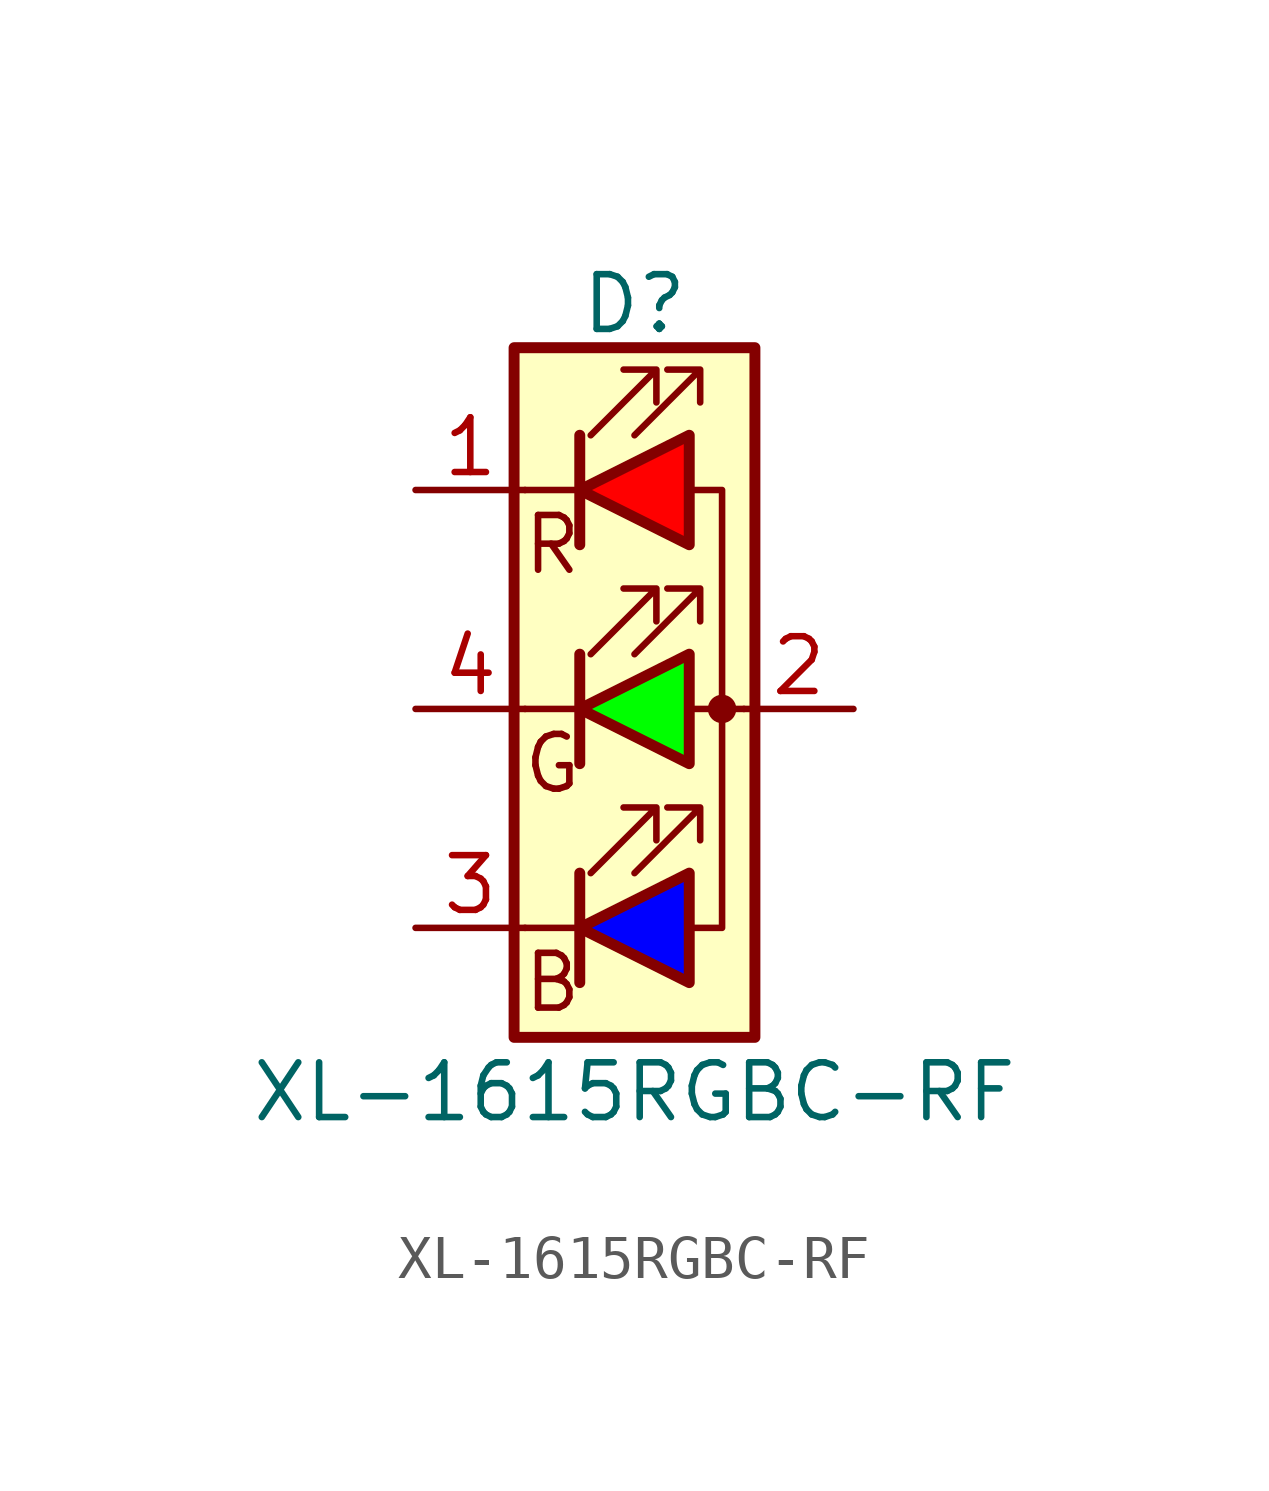
<source format=kicad_sym>
(kicad_symbol_lib
  (version 20231120)
  (generator "kicad_symbol_editor")
  (generator_version "8.0")
  (symbol "XL-1615RGBC-RF"
    (pin_names
      (offset 0) hide)
    (property "Reference" "D"
      (at 0 9.398 0)
      (effects (font (size 1.27 1.27))))
    (property "Value" "XL-1615RGBC-RF"
      (at 0 -8.89 0)
      (effects (font (size 1.27 1.27))))
    (symbol "XL-1615RGBC-RF_0_0"
      (text "B" (at -1.905 -6.35 0) (effects (font (size 1.27 1.27))))
      (text "G" (at -1.905 -1.27 0) (effects (font (size 1.27 1.27))))
      (text "R" (at -1.905 3.81 0) (effects (font (size 1.27 1.27)))))
    (symbol "XL-1615RGBC-RF_0_1"
      (rectangle (start -2.794 8.382) (end 2.794 -7.62) (stroke (width 0.254) (type default)) (fill (type background)))
      (polyline (pts (xy -1.27 -5.08) (xy -2.54 -5.08)) (stroke (width 0) (type default)) (fill (type none)))
      (polyline (pts (xy -1.27 -3.81) (xy -1.27 -6.35)) (stroke (width 0.254) (type default)) (fill (type none)))
      (polyline (pts (xy -1.27 0) (xy -2.54 0)) (stroke (width 0) (type default)) (fill (type none)))
      (polyline (pts (xy -1.27 1.27) (xy -1.27 -1.27)) (stroke (width 0.254) (type default)) (fill (type none)))
      (polyline (pts (xy -1.27 5.08) (xy -2.54 5.08)) (stroke (width 0) (type default)) (fill (type none)))
      (polyline (pts (xy -1.27 6.35) (xy -1.27 3.81)) (stroke (width 0.254) (type default)) (fill (type none)))
      (polyline (pts (xy 1.27 0) (xy 2.54 0)) (stroke (width 0) (type default)) (fill (type none)))
      (polyline (pts (xy -1.27 1.27) (xy -1.27 -1.27) (xy -1.27 -1.27)) (stroke (width 0) (type default)) (fill (type none)))
      (polyline (pts (xy -1.27 6.35) (xy -1.27 3.81) (xy -1.27 3.81)) (stroke (width 0) (type default)) (fill (type none)))
      (polyline (pts (xy 1.27 -5.08) (xy 2.032 -5.08) (xy 2.032 5.08) (xy 1.27 5.08)) (stroke (width 0) (type default)) (fill (type none)))
      (polyline (pts (xy -1.016 -3.81) (xy 0.508 -2.286) (xy -0.254 -2.286) (xy 0.508 -2.286) (xy 0.508 -3.048)) (stroke (width 0) (type default)) (fill (type none)))
      (polyline (pts (xy -1.016 1.27) (xy 0.508 2.794) (xy -0.254 2.794) (xy 0.508 2.794) (xy 0.508 2.032)) (stroke (width 0) (type default)) (fill (type none)))
      (polyline (pts (xy -1.016 6.35) (xy 0.508 7.874) (xy -0.254 7.874) (xy 0.508 7.874) (xy 0.508 7.112)) (stroke (width 0) (type default)) (fill (type none)))
      (polyline (pts (xy 0 -3.81) (xy 1.524 -2.286) (xy 0.762 -2.286) (xy 1.524 -2.286) (xy 1.524 -3.048)) (stroke (width 0) (type default)) (fill (type none)))
      (polyline (pts (xy 0 1.27) (xy 1.524 2.794) (xy 0.762 2.794) (xy 1.524 2.794) (xy 1.524 2.032)) (stroke (width 0) (type default)) (fill (type none)))
      (polyline (pts (xy 0 6.35) (xy 1.524 7.874) (xy 0.762 7.874) (xy 1.524 7.874) (xy 1.524 7.112)) (stroke (width 0) (type default)) (fill (type none)))
      (rectangle (start 1.27 -1.27) (end 1.27 1.27) (stroke (width 0) (type default)) (fill (type none)))
      (rectangle (start 1.27 1.27) (end 1.27 1.27) (stroke (width 0) (type default)) (fill (type none)))
      (rectangle (start 1.27 3.81) (end 1.27 6.35) (stroke (width 0) (type default)) (fill (type none)))
      (rectangle (start 1.27 6.35) (end 1.27 6.35) (stroke (width 0) (type default)) (fill (type none)))
      (circle (center 2.032 0) (radius 0.254) (stroke (width 0) (type default)) (fill (type outline))))
    (symbol "XL-1615RGBC-RF_1_1"
      (polyline (pts (xy 1.27 -3.81) (xy 1.27 -6.35) (xy -1.27 -5.08) (xy 1.27 -3.81)) (stroke (width 0.254) (type default)) (fill (type color) (color 0 0 255 1)))
      (polyline (pts (xy 1.27 1.27) (xy 1.27 -1.27) (xy -1.27 0) (xy 1.27 1.27)) (stroke (width 0.254) (type default)) (fill (type color) (color 0 255 0 1)))
      (polyline (pts (xy 1.27 6.35) (xy 1.27 3.81) (xy -1.27 5.08) (xy 1.27 6.35)) (stroke (width 0.254) (type default)) (fill (type color) (color 255 0 0 1)))
      (pin passive line (at -5.08 5.08 0) (length 2.54) (name "RK" (effects (font (size 1.27 1.27)))) (number "1" (effects (font (size 1.27 1.27)))))
      (pin passive line (at 5.08 0 180) (length 2.54) (name "A" (effects (font (size 1.27 1.27)))) (number "2" (effects (font (size 1.27 1.27)))))
      (pin passive line (at -5.08 -5.08 0) (length 2.54) (name "BK" (effects (font (size 1.27 1.27)))) (number "3" (effects (font (size 1.27 1.27)))))
      (pin passive line (at -5.08 0 0) (length 2.54) (name "GK" (effects (font (size 1.27 1.27)))) (number "4" (effects (font (size 1.27 1.27))))))))
</source>
